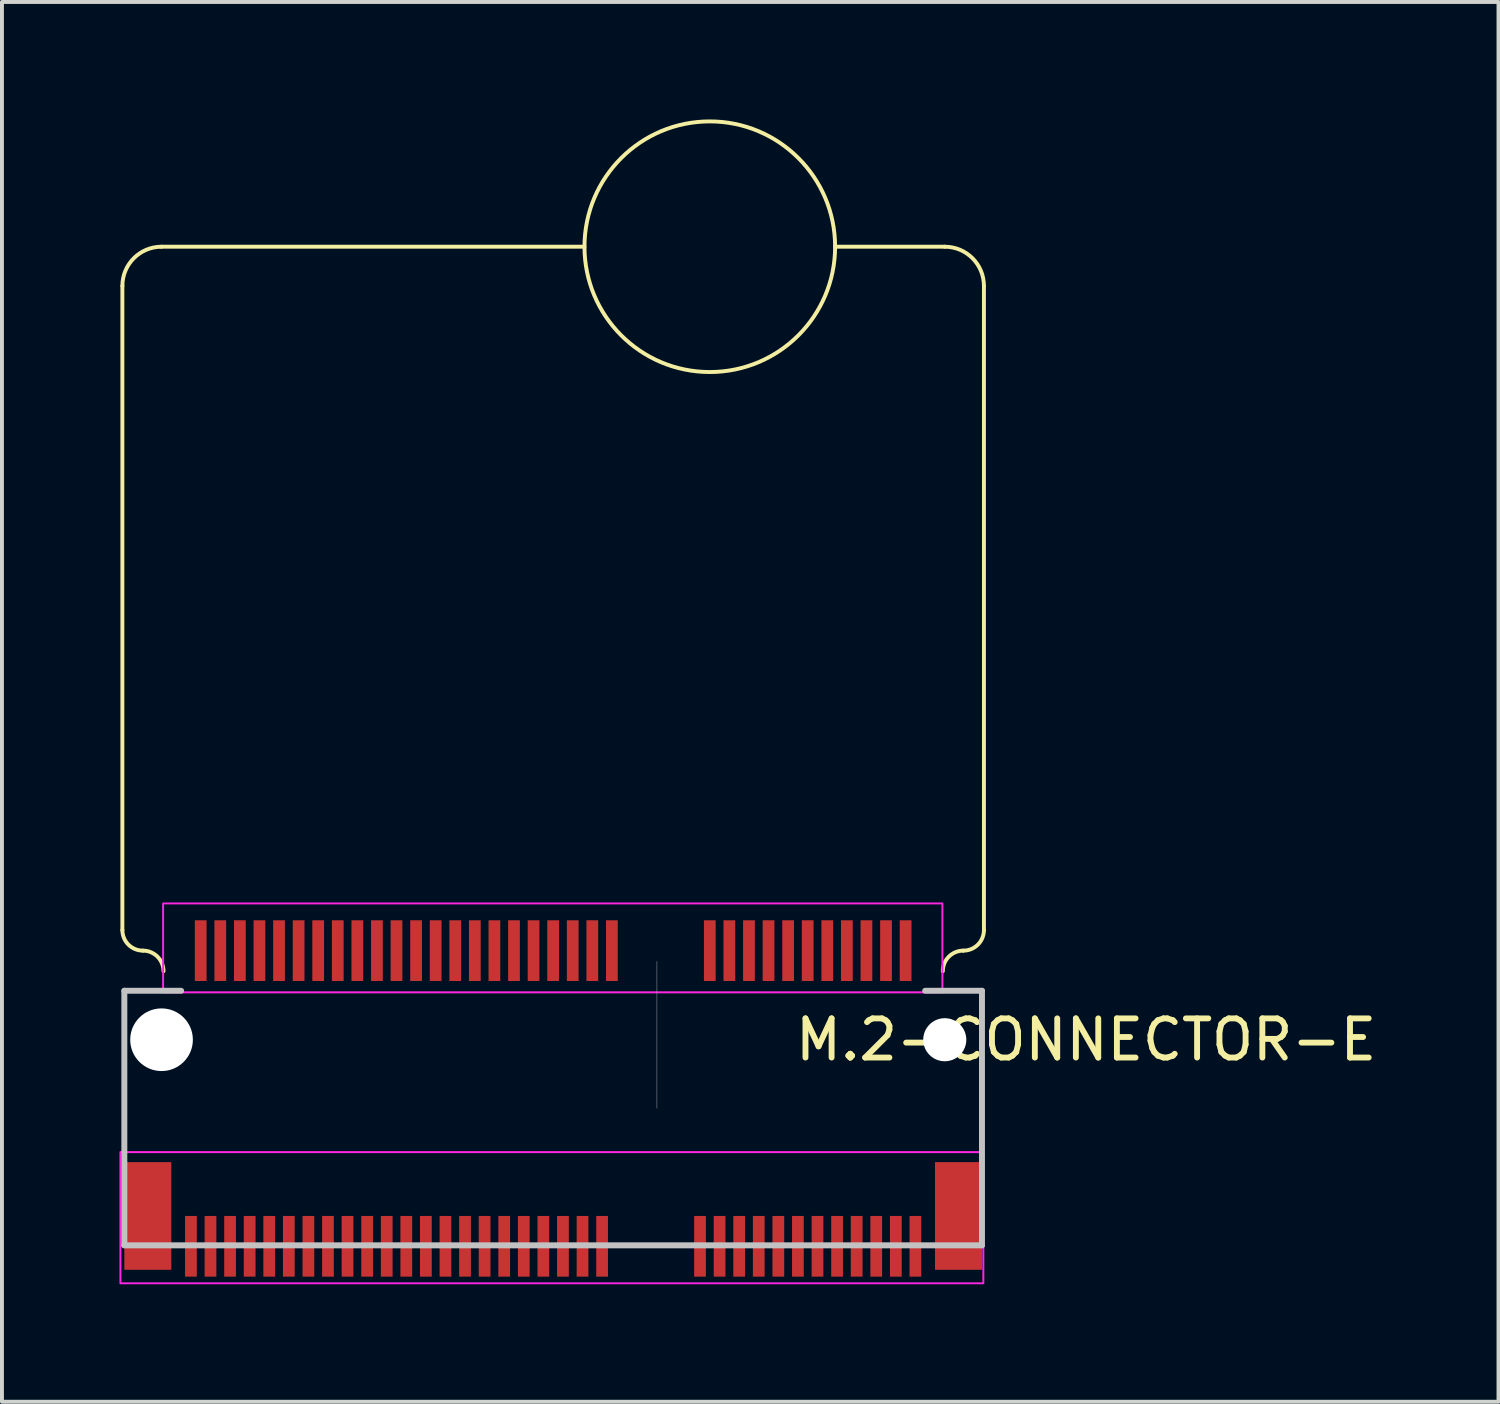
<source format=kicad_pcb>
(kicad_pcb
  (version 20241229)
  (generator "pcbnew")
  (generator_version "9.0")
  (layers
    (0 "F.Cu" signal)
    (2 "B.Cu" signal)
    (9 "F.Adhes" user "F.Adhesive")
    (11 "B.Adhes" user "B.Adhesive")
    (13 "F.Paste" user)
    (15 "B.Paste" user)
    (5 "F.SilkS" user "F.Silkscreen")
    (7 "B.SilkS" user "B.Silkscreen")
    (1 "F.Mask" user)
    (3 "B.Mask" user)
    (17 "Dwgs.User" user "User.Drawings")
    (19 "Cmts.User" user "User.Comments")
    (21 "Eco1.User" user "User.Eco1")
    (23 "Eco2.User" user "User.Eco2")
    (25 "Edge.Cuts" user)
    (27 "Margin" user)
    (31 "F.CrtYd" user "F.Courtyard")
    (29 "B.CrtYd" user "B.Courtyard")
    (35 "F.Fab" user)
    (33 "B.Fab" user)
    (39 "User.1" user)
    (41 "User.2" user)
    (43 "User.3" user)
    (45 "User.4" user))
  (footprint "M.2-CONNECTOR-E"
    (layer "F.Cu")
    (at 11.075 23.5)
    (property "Reference" "M.2-CONNECTOR-E" (at 13.61 0 0) (layer "F.SilkS") (effects (font (size 1 1) (thickness 0.15))))
    (attr smd)
    (fp_line (start -11 -19.25) (end -11 -2.8) (stroke (width 0.1) (type solid)) (layer "F.SilkS"))
    (fp_line (start 0.8 -20.25) (end -10 -20.25) (stroke (width 0.1) (type solid)) (layer "F.SilkS"))
    (fp_line (start 10 -20.25) (end 7.2 -20.25) (stroke (width 0.1) (type solid)) (layer "F.SilkS"))
    (fp_line (start 11 -19.25) (end 11 -2.8) (stroke (width 0.1) (type solid)) (layer "F.SilkS"))
    (fp_arc (start -11 -19.25) (mid -10.707105 -19.957105) (end -10 -20.25) (stroke (width 0.1) (type solid)) (layer "F.SilkS"))
    (fp_arc (start -10.475 -2.275) (mid -10.846231 -2.428769) (end -11 -2.8) (stroke (width 0.1) (type solid)) (layer "F.SilkS"))
    (fp_arc (start -10.475 -2.275) (mid -10.103769 -2.121231) (end -9.95 -1.75) (stroke (width 0.1) (type solid)) (layer "F.SilkS"))
    (fp_arc (start 9.95 -1.75) (mid 10.103769 -2.121231) (end 10.475 -2.275) (stroke (width 0.1) (type solid)) (layer "F.SilkS"))
    (fp_arc (start 10 -20.25) (mid 10.707106 -19.957107) (end 11 -19.25) (stroke (width 0.1) (type solid)) (layer "F.SilkS"))
    (fp_arc (start 11 -2.8) (mid 10.846232 -2.428768) (end 10.475 -2.275) (stroke (width 0.1) (type solid)) (layer "F.SilkS"))
    (fp_circle (center 4 -20.25) (end 7.2 -20.25) (stroke (width 0.1) (type default)) (fill no) (layer "F.SilkS"))
    (fp_line (start -9.398 4.399) (end -9.098 4.399) (stroke (width 0.066) (type solid)) (layer "F.Paste"))
    (fp_line (start -9.398 6.149) (end -9.398 4.399) (stroke (width 0.066) (type solid)) (layer "F.Paste"))
    (fp_line (start -9.398 6.149) (end -9.098 6.149) (stroke (width 0.066) (type solid)) (layer "F.Paste"))
    (fp_line (start -9.149 -3.15) (end -8.849 -3.15) (stroke (width 0.066) (type solid)) (layer "F.Paste"))
    (fp_line (start -9.149 -1.4) (end -9.149 -3.15) (stroke (width 0.066) (type solid)) (layer "F.Paste"))
    (fp_line (start -9.149 -1.4) (end -8.849 -1.4) (stroke (width 0.066) (type solid)) (layer "F.Paste"))
    (fp_line (start -9.098 6.149) (end -9.098 4.399) (stroke (width 0.066) (type solid)) (layer "F.Paste"))
    (fp_line (start -8.898 4.399) (end -8.598 4.399) (stroke (width 0.066) (type solid)) (layer "F.Paste"))
    (fp_line (start -8.898 6.149) (end -8.898 4.399) (stroke (width 0.066) (type solid)) (layer "F.Paste"))
    (fp_line (start -8.898 6.149) (end -8.598 6.149) (stroke (width 0.066) (type solid)) (layer "F.Paste"))
    (fp_line (start -8.849 -1.4) (end -8.849 -3.15) (stroke (width 0.066) (type solid)) (layer "F.Paste"))
    (fp_line (start -8.649 -3.15) (end -8.349 -3.15) (stroke (width 0.066) (type solid)) (layer "F.Paste"))
    (fp_line (start -8.649 -1.4) (end -8.649 -3.15) (stroke (width 0.066) (type solid)) (layer "F.Paste"))
    (fp_line (start -8.649 -1.4) (end -8.349 -1.4) (stroke (width 0.066) (type solid)) (layer "F.Paste"))
    (fp_line (start -8.598 6.149) (end -8.598 4.399) (stroke (width 0.066) (type solid)) (layer "F.Paste"))
    (fp_line (start -8.4 4.399) (end -8.098 4.399) (stroke (width 0.066) (type solid)) (layer "F.Paste"))
    (fp_line (start -8.4 6.149) (end -8.4 4.399) (stroke (width 0.066) (type solid)) (layer "F.Paste"))
    (fp_line (start -8.4 6.149) (end -8.098 6.149) (stroke (width 0.066) (type solid)) (layer "F.Paste"))
    (fp_line (start -8.349 -1.4) (end -8.349 -3.15) (stroke (width 0.066) (type solid)) (layer "F.Paste"))
    (fp_line (start -8.148 -3.15) (end -7.849 -3.15) (stroke (width 0.066) (type solid)) (layer "F.Paste"))
    (fp_line (start -8.148 -1.4) (end -8.148 -3.15) (stroke (width 0.066) (type solid)) (layer "F.Paste"))
    (fp_line (start -8.148 -1.4) (end -7.849 -1.4) (stroke (width 0.066) (type solid)) (layer "F.Paste"))
    (fp_line (start -8.098 6.149) (end -8.098 4.399) (stroke (width 0.066) (type solid)) (layer "F.Paste"))
    (fp_line (start -7.899 4.399) (end -7.6 4.399) (stroke (width 0.066) (type solid)) (layer "F.Paste"))
    (fp_line (start -7.899 6.149) (end -7.899 4.399) (stroke (width 0.066) (type solid)) (layer "F.Paste"))
    (fp_line (start -7.899 6.149) (end -7.6 6.149) (stroke (width 0.066) (type solid)) (layer "F.Paste"))
    (fp_line (start -7.849 -1.4) (end -7.849 -3.15) (stroke (width 0.066) (type solid)) (layer "F.Paste"))
    (fp_line (start -7.648 -3.15) (end -7.348 -3.15) (stroke (width 0.066) (type solid)) (layer "F.Paste"))
    (fp_line (start -7.648 -1.4) (end -7.648 -3.15) (stroke (width 0.066) (type solid)) (layer "F.Paste"))
    (fp_line (start -7.648 -1.4) (end -7.348 -1.4) (stroke (width 0.066) (type solid)) (layer "F.Paste"))
    (fp_line (start -7.6 6.149) (end -7.6 4.399) (stroke (width 0.066) (type solid)) (layer "F.Paste"))
    (fp_line (start -7.399 4.399) (end -7.099 4.399) (stroke (width 0.066) (type solid)) (layer "F.Paste"))
    (fp_line (start -7.399 6.149) (end -7.399 4.399) (stroke (width 0.066) (type solid)) (layer "F.Paste"))
    (fp_line (start -7.399 6.149) (end -7.099 6.149) (stroke (width 0.066) (type solid)) (layer "F.Paste"))
    (fp_line (start -7.348 -1.4) (end -7.348 -3.15) (stroke (width 0.066) (type solid)) (layer "F.Paste"))
    (fp_line (start -7.148 -3.15) (end -6.848 -3.15) (stroke (width 0.066) (type solid)) (layer "F.Paste"))
    (fp_line (start -7.148 -1.4) (end -7.148 -3.15) (stroke (width 0.066) (type solid)) (layer "F.Paste"))
    (fp_line (start -7.148 -1.4) (end -6.848 -1.4) (stroke (width 0.066) (type solid)) (layer "F.Paste"))
    (fp_line (start -7.099 6.149) (end -7.099 4.399) (stroke (width 0.066) (type solid)) (layer "F.Paste"))
    (fp_line (start -6.899 4.399) (end -6.599 4.399) (stroke (width 0.066) (type solid)) (layer "F.Paste"))
    (fp_line (start -6.899 6.149) (end -6.899 4.399) (stroke (width 0.066) (type solid)) (layer "F.Paste"))
    (fp_line (start -6.899 6.149) (end -6.599 6.149) (stroke (width 0.066) (type solid)) (layer "F.Paste"))
    (fp_line (start -6.848 -1.4) (end -6.848 -3.15) (stroke (width 0.066) (type solid)) (layer "F.Paste"))
    (fp_line (start -6.65 -3.15) (end -6.35 -3.15) (stroke (width 0.066) (type solid)) (layer "F.Paste"))
    (fp_line (start -6.65 -1.4) (end -6.65 -3.15) (stroke (width 0.066) (type solid)) (layer "F.Paste"))
    (fp_line (start -6.65 -1.4) (end -6.35 -1.4) (stroke (width 0.066) (type solid)) (layer "F.Paste"))
    (fp_line (start -6.599 6.149) (end -6.599 4.399) (stroke (width 0.066) (type solid)) (layer "F.Paste"))
    (fp_line (start -6.398 4.399) (end -6.099 4.399) (stroke (width 0.066) (type solid)) (layer "F.Paste"))
    (fp_line (start -6.398 6.149) (end -6.398 4.399) (stroke (width 0.066) (type solid)) (layer "F.Paste"))
    (fp_line (start -6.398 6.149) (end -6.099 6.149) (stroke (width 0.066) (type solid)) (layer "F.Paste"))
    (fp_line (start -6.35 -1.4) (end -6.35 -3.15) (stroke (width 0.066) (type solid)) (layer "F.Paste"))
    (fp_line (start -6.149 -3.15) (end -5.85 -3.15) (stroke (width 0.066) (type solid)) (layer "F.Paste"))
    (fp_line (start -6.149 -1.4) (end -6.149 -3.15) (stroke (width 0.066) (type solid)) (layer "F.Paste"))
    (fp_line (start -6.149 -1.4) (end -5.85 -1.4) (stroke (width 0.066) (type solid)) (layer "F.Paste"))
    (fp_line (start -6.099 6.149) (end -6.099 4.399) (stroke (width 0.066) (type solid)) (layer "F.Paste"))
    (fp_line (start -5.898 4.399) (end -5.598 4.399) (stroke (width 0.066) (type solid)) (layer "F.Paste"))
    (fp_line (start -5.898 6.149) (end -5.898 4.399) (stroke (width 0.066) (type solid)) (layer "F.Paste"))
    (fp_line (start -5.898 6.149) (end -5.598 6.149) (stroke (width 0.066) (type solid)) (layer "F.Paste"))
    (fp_line (start -5.85 -1.4) (end -5.85 -3.15) (stroke (width 0.066) (type solid)) (layer "F.Paste"))
    (fp_line (start -5.649 -3.15) (end -5.349 -3.15) (stroke (width 0.066) (type solid)) (layer "F.Paste"))
    (fp_line (start -5.649 -1.4) (end -5.649 -3.15) (stroke (width 0.066) (type solid)) (layer "F.Paste"))
    (fp_line (start -5.649 -1.4) (end -5.349 -1.4) (stroke (width 0.066) (type solid)) (layer "F.Paste"))
    (fp_line (start -5.598 6.149) (end -5.598 4.399) (stroke (width 0.066) (type solid)) (layer "F.Paste"))
    (fp_line (start -5.397 4.399) (end -5.098 4.399) (stroke (width 0.066) (type solid)) (layer "F.Paste"))
    (fp_line (start -5.397 6.149) (end -5.397 4.399) (stroke (width 0.066) (type solid)) (layer "F.Paste"))
    (fp_line (start -5.397 6.149) (end -5.098 6.149) (stroke (width 0.066) (type solid)) (layer "F.Paste"))
    (fp_line (start -5.349 -1.4) (end -5.349 -3.15) (stroke (width 0.066) (type solid)) (layer "F.Paste"))
    (fp_line (start -5.149 -3.15) (end -4.849 -3.15) (stroke (width 0.066) (type solid)) (layer "F.Paste"))
    (fp_line (start -5.149 -1.4) (end -5.149 -3.15) (stroke (width 0.066) (type solid)) (layer "F.Paste"))
    (fp_line (start -5.149 -1.4) (end -4.849 -1.4) (stroke (width 0.066) (type solid)) (layer "F.Paste"))
    (fp_line (start -5.098 6.149) (end -5.098 4.399) (stroke (width 0.066) (type solid)) (layer "F.Paste"))
    (fp_line (start -4.9 4.399) (end -4.6 4.399) (stroke (width 0.066) (type solid)) (layer "F.Paste"))
    (fp_line (start -4.9 6.149) (end -4.9 4.399) (stroke (width 0.066) (type solid)) (layer "F.Paste"))
    (fp_line (start -4.9 6.149) (end -4.6 6.149) (stroke (width 0.066) (type solid)) (layer "F.Paste"))
    (fp_line (start -4.849 -1.4) (end -4.849 -3.15) (stroke (width 0.066) (type solid)) (layer "F.Paste"))
    (fp_line (start -4.648 -3.15) (end -4.348 -3.15) (stroke (width 0.066) (type solid)) (layer "F.Paste"))
    (fp_line (start -4.648 -1.4) (end -4.648 -3.15) (stroke (width 0.066) (type solid)) (layer "F.Paste"))
    (fp_line (start -4.648 -1.4) (end -4.348 -1.4) (stroke (width 0.066) (type solid)) (layer "F.Paste"))
    (fp_line (start -4.6 6.149) (end -4.6 4.399) (stroke (width 0.066) (type solid)) (layer "F.Paste"))
    (fp_line (start -4.399 4.399) (end -4.1 4.399) (stroke (width 0.066) (type solid)) (layer "F.Paste"))
    (fp_line (start -4.399 6.149) (end -4.399 4.399) (stroke (width 0.066) (type solid)) (layer "F.Paste"))
    (fp_line (start -4.399 6.149) (end -4.1 6.149) (stroke (width 0.066) (type solid)) (layer "F.Paste"))
    (fp_line (start -4.348 -1.4) (end -4.348 -3.15) (stroke (width 0.066) (type solid)) (layer "F.Paste"))
    (fp_line (start -4.148 -3.15) (end -3.848 -3.15) (stroke (width 0.066) (type solid)) (layer "F.Paste"))
    (fp_line (start -4.148 -1.4) (end -4.148 -3.15) (stroke (width 0.066) (type solid)) (layer "F.Paste"))
    (fp_line (start -4.148 -1.4) (end -3.848 -1.4) (stroke (width 0.066) (type solid)) (layer "F.Paste"))
    (fp_line (start -4.1 6.149) (end -4.1 4.399) (stroke (width 0.066) (type solid)) (layer "F.Paste"))
    (fp_line (start -3.899 4.399) (end -3.599 4.399) (stroke (width 0.066) (type solid)) (layer "F.Paste"))
    (fp_line (start -3.899 6.149) (end -3.899 4.399) (stroke (width 0.066) (type solid)) (layer "F.Paste"))
    (fp_line (start -3.899 6.149) (end -3.599 6.149) (stroke (width 0.066) (type solid)) (layer "F.Paste"))
    (fp_line (start -3.848 -1.4) (end -3.848 -3.15) (stroke (width 0.066) (type solid)) (layer "F.Paste"))
    (fp_line (start -3.65 -3.15) (end -3.348 -3.15) (stroke (width 0.066) (type solid)) (layer "F.Paste"))
    (fp_line (start -3.65 -1.4) (end -3.65 -3.15) (stroke (width 0.066) (type solid)) (layer "F.Paste"))
    (fp_line (start -3.65 -1.4) (end -3.348 -1.4) (stroke (width 0.066) (type solid)) (layer "F.Paste"))
    (fp_line (start -3.599 6.149) (end -3.599 4.399) (stroke (width 0.066) (type solid)) (layer "F.Paste"))
    (fp_line (start -3.399 4.399) (end -3.099 4.399) (stroke (width 0.066) (type solid)) (layer "F.Paste"))
    (fp_line (start -3.399 6.149) (end -3.399 4.399) (stroke (width 0.066) (type solid)) (layer "F.Paste"))
    (fp_line (start -3.399 6.149) (end -3.099 6.149) (stroke (width 0.066) (type solid)) (layer "F.Paste"))
    (fp_line (start -3.348 -1.4) (end -3.348 -3.15) (stroke (width 0.066) (type solid)) (layer "F.Paste"))
    (fp_line (start -3.15 -3.15) (end -2.85 -3.15) (stroke (width 0.066) (type solid)) (layer "F.Paste"))
    (fp_line (start -3.15 -1.4) (end -3.15 -3.15) (stroke (width 0.066) (type solid)) (layer "F.Paste"))
    (fp_line (start -3.15 -1.4) (end -2.85 -1.4) (stroke (width 0.066) (type solid)) (layer "F.Paste"))
    (fp_line (start -3.099 6.149) (end -3.099 4.399) (stroke (width 0.066) (type solid)) (layer "F.Paste"))
    (fp_line (start -2.898 4.399) (end -2.598 4.399) (stroke (width 0.066) (type solid)) (layer "F.Paste"))
    (fp_line (start -2.898 6.149) (end -2.898 4.399) (stroke (width 0.066) (type solid)) (layer "F.Paste"))
    (fp_line (start -2.898 6.149) (end -2.598 6.149) (stroke (width 0.066) (type solid)) (layer "F.Paste"))
    (fp_line (start -2.85 -1.4) (end -2.85 -3.15) (stroke (width 0.066) (type solid)) (layer "F.Paste"))
    (fp_line (start -2.649 -3.15) (end -2.349 -3.15) (stroke (width 0.066) (type solid)) (layer "F.Paste"))
    (fp_line (start -2.649 -1.4) (end -2.649 -3.15) (stroke (width 0.066) (type solid)) (layer "F.Paste"))
    (fp_line (start -2.649 -1.4) (end -2.349 -1.4) (stroke (width 0.066) (type solid)) (layer "F.Paste"))
    (fp_line (start -2.598 6.149) (end -2.598 4.399) (stroke (width 0.066) (type solid)) (layer "F.Paste"))
    (fp_line (start -2.398 4.399) (end -2.098 4.399) (stroke (width 0.066) (type solid)) (layer "F.Paste"))
    (fp_line (start -2.398 6.149) (end -2.398 4.399) (stroke (width 0.066) (type solid)) (layer "F.Paste"))
    (fp_line (start -2.398 6.149) (end -2.098 6.149) (stroke (width 0.066) (type solid)) (layer "F.Paste"))
    (fp_line (start -2.349 -1.4) (end -2.349 -3.15) (stroke (width 0.066) (type solid)) (layer "F.Paste"))
    (fp_line (start -2.149 -3.15) (end -1.849 -3.15) (stroke (width 0.066) (type solid)) (layer "F.Paste"))
    (fp_line (start -2.149 -1.4) (end -2.149 -3.15) (stroke (width 0.066) (type solid)) (layer "F.Paste"))
    (fp_line (start -2.149 -1.4) (end -1.849 -1.4) (stroke (width 0.066) (type solid)) (layer "F.Paste"))
    (fp_line (start -2.098 6.149) (end -2.098 4.399) (stroke (width 0.066) (type solid)) (layer "F.Paste"))
    (fp_line (start -1.9 4.399) (end -1.598 4.399) (stroke (width 0.066) (type solid)) (layer "F.Paste"))
    (fp_line (start -1.9 6.149) (end -1.9 4.399) (stroke (width 0.066) (type solid)) (layer "F.Paste"))
    (fp_line (start -1.9 6.149) (end -1.598 6.149) (stroke (width 0.066) (type solid)) (layer "F.Paste"))
    (fp_line (start -1.849 -1.4) (end -1.849 -3.15) (stroke (width 0.066) (type solid)) (layer "F.Paste"))
    (fp_line (start -1.648 -3.15) (end -1.349 -3.15) (stroke (width 0.066) (type solid)) (layer "F.Paste"))
    (fp_line (start -1.648 -1.4) (end -1.648 -3.15) (stroke (width 0.066) (type solid)) (layer "F.Paste"))
    (fp_line (start -1.648 -1.4) (end -1.349 -1.4) (stroke (width 0.066) (type solid)) (layer "F.Paste"))
    (fp_line (start -1.598 6.149) (end -1.598 4.399) (stroke (width 0.066) (type solid)) (layer "F.Paste"))
    (fp_line (start -1.4 4.399) (end -1.1 4.399) (stroke (width 0.066) (type solid)) (layer "F.Paste"))
    (fp_line (start -1.4 6.149) (end -1.4 4.399) (stroke (width 0.066) (type solid)) (layer "F.Paste"))
    (fp_line (start -1.4 6.149) (end -1.1 6.149) (stroke (width 0.066) (type solid)) (layer "F.Paste"))
    (fp_line (start -1.349 -1.4) (end -1.349 -3.15) (stroke (width 0.066) (type solid)) (layer "F.Paste"))
    (fp_line (start -1.148 -3.15) (end -0.848 -3.15) (stroke (width 0.066) (type solid)) (layer "F.Paste"))
    (fp_line (start -1.148 -1.4) (end -1.148 -3.15) (stroke (width 0.066) (type solid)) (layer "F.Paste"))
    (fp_line (start -1.148 -1.4) (end -0.848 -1.4) (stroke (width 0.066) (type solid)) (layer "F.Paste"))
    (fp_line (start -1.1 6.149) (end -1.1 4.399) (stroke (width 0.066) (type solid)) (layer "F.Paste"))
    (fp_line (start -0.899 4.399) (end -0.599 4.399) (stroke (width 0.066) (type solid)) (layer "F.Paste"))
    (fp_line (start -0.899 6.149) (end -0.899 4.399) (stroke (width 0.066) (type solid)) (layer "F.Paste"))
    (fp_line (start -0.899 6.149) (end -0.599 6.149) (stroke (width 0.066) (type solid)) (layer "F.Paste"))
    (fp_line (start -0.848 -1.4) (end -0.848 -3.15) (stroke (width 0.066) (type solid)) (layer "F.Paste"))
    (fp_line (start -0.648 -3.15) (end -0.348 -3.15) (stroke (width 0.066) (type solid)) (layer "F.Paste"))
    (fp_line (start -0.648 -1.4) (end -0.648 -3.15) (stroke (width 0.066) (type solid)) (layer "F.Paste"))
    (fp_line (start -0.648 -1.4) (end -0.348 -1.4) (stroke (width 0.066) (type solid)) (layer "F.Paste"))
    (fp_line (start -0.599 6.149) (end -0.599 4.399) (stroke (width 0.066) (type solid)) (layer "F.Paste"))
    (fp_line (start -0.399 4.399) (end -0.099 4.399) (stroke (width 0.066) (type solid)) (layer "F.Paste"))
    (fp_line (start -0.399 6.149) (end -0.399 4.399) (stroke (width 0.066) (type solid)) (layer "F.Paste"))
    (fp_line (start -0.399 6.149) (end -0.099 6.149) (stroke (width 0.066) (type solid)) (layer "F.Paste"))
    (fp_line (start -0.348 -1.4) (end -0.348 -3.15) (stroke (width 0.066) (type solid)) (layer "F.Paste"))
    (fp_line (start -0.15 -3.15) (end 0.15 -3.15) (stroke (width 0.066) (type solid)) (layer "F.Paste"))
    (fp_line (start -0.15 -1.4) (end -0.15 -3.15) (stroke (width 0.066) (type solid)) (layer "F.Paste"))
    (fp_line (start -0.15 -1.4) (end 0.15 -1.4) (stroke (width 0.066) (type solid)) (layer "F.Paste"))
    (fp_line (start -0.099 6.149) (end -0.099 4.399) (stroke (width 0.066) (type solid)) (layer "F.Paste"))
    (fp_line (start 0.099 4.399) (end 0.399 4.399) (stroke (width 0.066) (type solid)) (layer "F.Paste"))
    (fp_line (start 0.099 6.149) (end 0.099 4.399) (stroke (width 0.066) (type solid)) (layer "F.Paste"))
    (fp_line (start 0.099 6.149) (end 0.399 6.149) (stroke (width 0.066) (type solid)) (layer "F.Paste"))
    (fp_line (start 0.15 -1.4) (end 0.15 -3.15) (stroke (width 0.066) (type solid)) (layer "F.Paste"))
    (fp_line (start 0.348 -3.15) (end 0.648 -3.15) (stroke (width 0.066) (type solid)) (layer "F.Paste"))
    (fp_line (start 0.348 -1.4) (end 0.348 -3.15) (stroke (width 0.066) (type solid)) (layer "F.Paste"))
    (fp_line (start 0.348 -1.4) (end 0.648 -1.4) (stroke (width 0.066) (type solid)) (layer "F.Paste"))
    (fp_line (start 0.399 6.149) (end 0.399 4.399) (stroke (width 0.066) (type solid)) (layer "F.Paste"))
    (fp_line (start 0.599 4.399) (end 0.899 4.399) (stroke (width 0.066) (type solid)) (layer "F.Paste"))
    (fp_line (start 0.599 6.149) (end 0.599 4.399) (stroke (width 0.066) (type solid)) (layer "F.Paste"))
    (fp_line (start 0.599 6.149) (end 0.899 6.149) (stroke (width 0.066) (type solid)) (layer "F.Paste"))
    (fp_line (start 0.648 -1.4) (end 0.648 -3.15) (stroke (width 0.066) (type solid)) (layer "F.Paste"))
    (fp_line (start 0.848 -3.15) (end 1.148 -3.15) (stroke (width 0.066) (type solid)) (layer "F.Paste"))
    (fp_line (start 0.848 -1.4) (end 0.848 -3.15) (stroke (width 0.066) (type solid)) (layer "F.Paste"))
    (fp_line (start 0.848 -1.4) (end 1.148 -1.4) (stroke (width 0.066) (type solid)) (layer "F.Paste"))
    (fp_line (start 0.899 6.149) (end 0.899 4.399) (stroke (width 0.066) (type solid)) (layer "F.Paste"))
    (fp_line (start 1.1 4.399) (end 1.4 4.399) (stroke (width 0.066) (type solid)) (layer "F.Paste"))
    (fp_line (start 1.1 6.149) (end 1.1 4.399) (stroke (width 0.066) (type solid)) (layer "F.Paste"))
    (fp_line (start 1.1 6.149) (end 1.4 6.149) (stroke (width 0.066) (type solid)) (layer "F.Paste"))
    (fp_line (start 1.148 -1.4) (end 1.148 -3.15) (stroke (width 0.066) (type solid)) (layer "F.Paste"))
    (fp_line (start 1.349 -3.15) (end 1.648 -3.15) (stroke (width 0.066) (type solid)) (layer "F.Paste"))
    (fp_line (start 1.349 -1.4) (end 1.349 -3.15) (stroke (width 0.066) (type solid)) (layer "F.Paste"))
    (fp_line (start 1.349 -1.4) (end 1.648 -1.4) (stroke (width 0.066) (type solid)) (layer "F.Paste"))
    (fp_line (start 1.4 6.149) (end 1.4 4.399) (stroke (width 0.066) (type solid)) (layer "F.Paste"))
    (fp_line (start 1.648 -1.4) (end 1.648 -3.15) (stroke (width 0.066) (type solid)) (layer "F.Paste"))
    (fp_line (start 3.599 4.399) (end 3.899 4.399) (stroke (width 0.066) (type solid)) (layer "F.Paste"))
    (fp_line (start 3.599 6.149) (end 3.599 4.399) (stroke (width 0.066) (type solid)) (layer "F.Paste"))
    (fp_line (start 3.599 6.149) (end 3.899 6.149) (stroke (width 0.066) (type solid)) (layer "F.Paste"))
    (fp_line (start 3.848 -3.15) (end 4.148 -3.15) (stroke (width 0.066) (type solid)) (layer "F.Paste"))
    (fp_line (start 3.848 -1.4) (end 3.848 -3.15) (stroke (width 0.066) (type solid)) (layer "F.Paste"))
    (fp_line (start 3.848 -1.4) (end 4.148 -1.4) (stroke (width 0.066) (type solid)) (layer "F.Paste"))
    (fp_line (start 3.899 6.149) (end 3.899 4.399) (stroke (width 0.066) (type solid)) (layer "F.Paste"))
    (fp_line (start 4.1 4.399) (end 4.399 4.399) (stroke (width 0.066) (type solid)) (layer "F.Paste"))
    (fp_line (start 4.1 6.149) (end 4.1 4.399) (stroke (width 0.066) (type solid)) (layer "F.Paste"))
    (fp_line (start 4.1 6.149) (end 4.399 6.149) (stroke (width 0.066) (type solid)) (layer "F.Paste"))
    (fp_line (start 4.148 -1.4) (end 4.148 -3.15) (stroke (width 0.066) (type solid)) (layer "F.Paste"))
    (fp_line (start 4.348 -3.15) (end 4.648 -3.15) (stroke (width 0.066) (type solid)) (layer "F.Paste"))
    (fp_line (start 4.348 -1.4) (end 4.348 -3.15) (stroke (width 0.066) (type solid)) (layer "F.Paste"))
    (fp_line (start 4.348 -1.4) (end 4.648 -1.4) (stroke (width 0.066) (type solid)) (layer "F.Paste"))
    (fp_line (start 4.399 6.149) (end 4.399 4.399) (stroke (width 0.066) (type solid)) (layer "F.Paste"))
    (fp_line (start 4.6 4.399) (end 4.9 4.399) (stroke (width 0.066) (type solid)) (layer "F.Paste"))
    (fp_line (start 4.6 6.149) (end 4.6 4.399) (stroke (width 0.066) (type solid)) (layer "F.Paste"))
    (fp_line (start 4.6 6.149) (end 4.9 6.149) (stroke (width 0.066) (type solid)) (layer "F.Paste"))
    (fp_line (start 4.648 -1.4) (end 4.648 -3.15) (stroke (width 0.066) (type solid)) (layer "F.Paste"))
    (fp_line (start 4.849 -3.15) (end 5.149 -3.15) (stroke (width 0.066) (type solid)) (layer "F.Paste"))
    (fp_line (start 4.849 -1.4) (end 4.849 -3.15) (stroke (width 0.066) (type solid)) (layer "F.Paste"))
    (fp_line (start 4.849 -1.4) (end 5.149 -1.4) (stroke (width 0.066) (type solid)) (layer "F.Paste"))
    (fp_line (start 4.9 6.149) (end 4.9 4.399) (stroke (width 0.066) (type solid)) (layer "F.Paste"))
    (fp_line (start 5.098 4.399) (end 5.397 4.399) (stroke (width 0.066) (type solid)) (layer "F.Paste"))
    (fp_line (start 5.098 6.149) (end 5.098 4.399) (stroke (width 0.066) (type solid)) (layer "F.Paste"))
    (fp_line (start 5.098 6.149) (end 5.397 6.149) (stroke (width 0.066) (type solid)) (layer "F.Paste"))
    (fp_line (start 5.149 -1.4) (end 5.149 -3.15) (stroke (width 0.066) (type solid)) (layer "F.Paste"))
    (fp_line (start 5.349 -3.15) (end 5.649 -3.15) (stroke (width 0.066) (type solid)) (layer "F.Paste"))
    (fp_line (start 5.349 -1.4) (end 5.349 -3.15) (stroke (width 0.066) (type solid)) (layer "F.Paste"))
    (fp_line (start 5.349 -1.4) (end 5.649 -1.4) (stroke (width 0.066) (type solid)) (layer "F.Paste"))
    (fp_line (start 5.397 6.149) (end 5.397 4.399) (stroke (width 0.066) (type solid)) (layer "F.Paste"))
    (fp_line (start 5.598 4.399) (end 5.898 4.399) (stroke (width 0.066) (type solid)) (layer "F.Paste"))
    (fp_line (start 5.598 6.149) (end 5.598 4.399) (stroke (width 0.066) (type solid)) (layer "F.Paste"))
    (fp_line (start 5.598 6.149) (end 5.898 6.149) (stroke (width 0.066) (type solid)) (layer "F.Paste"))
    (fp_line (start 5.649 -1.4) (end 5.649 -3.15) (stroke (width 0.066) (type solid)) (layer "F.Paste"))
    (fp_line (start 5.85 -3.15) (end 6.149 -3.15) (stroke (width 0.066) (type solid)) (layer "F.Paste"))
    (fp_line (start 5.85 -1.4) (end 5.85 -3.15) (stroke (width 0.066) (type solid)) (layer "F.Paste"))
    (fp_line (start 5.85 -1.4) (end 6.149 -1.4) (stroke (width 0.066) (type solid)) (layer "F.Paste"))
    (fp_line (start 5.898 6.149) (end 5.898 4.399) (stroke (width 0.066) (type solid)) (layer "F.Paste"))
    (fp_line (start 6.099 4.399) (end 6.398 4.399) (stroke (width 0.066) (type solid)) (layer "F.Paste"))
    (fp_line (start 6.099 6.149) (end 6.099 4.399) (stroke (width 0.066) (type solid)) (layer "F.Paste"))
    (fp_line (start 6.099 6.149) (end 6.398 6.149) (stroke (width 0.066) (type solid)) (layer "F.Paste"))
    (fp_line (start 6.149 -1.4) (end 6.149 -3.15) (stroke (width 0.066) (type solid)) (layer "F.Paste"))
    (fp_line (start 6.35 -3.15) (end 6.65 -3.15) (stroke (width 0.066) (type solid)) (layer "F.Paste"))
    (fp_line (start 6.35 -1.4) (end 6.35 -3.15) (stroke (width 0.066) (type solid)) (layer "F.Paste"))
    (fp_line (start 6.35 -1.4) (end 6.65 -1.4) (stroke (width 0.066) (type solid)) (layer "F.Paste"))
    (fp_line (start 6.398 6.149) (end 6.398 4.399) (stroke (width 0.066) (type solid)) (layer "F.Paste"))
    (fp_line (start 6.599 4.399) (end 6.899 4.399) (stroke (width 0.066) (type solid)) (layer "F.Paste"))
    (fp_line (start 6.599 6.149) (end 6.599 4.399) (stroke (width 0.066) (type solid)) (layer "F.Paste"))
    (fp_line (start 6.599 6.149) (end 6.899 6.149) (stroke (width 0.066) (type solid)) (layer "F.Paste"))
    (fp_line (start 6.65 -1.4) (end 6.65 -3.15) (stroke (width 0.066) (type solid)) (layer "F.Paste"))
    (fp_line (start 6.848 -3.15) (end 7.148 -3.15) (stroke (width 0.066) (type solid)) (layer "F.Paste"))
    (fp_line (start 6.848 -1.4) (end 6.848 -3.15) (stroke (width 0.066) (type solid)) (layer "F.Paste"))
    (fp_line (start 6.848 -1.4) (end 7.148 -1.4) (stroke (width 0.066) (type solid)) (layer "F.Paste"))
    (fp_line (start 6.899 6.149) (end 6.899 4.399) (stroke (width 0.066) (type solid)) (layer "F.Paste"))
    (fp_line (start 7.099 4.399) (end 7.399 4.399) (stroke (width 0.066) (type solid)) (layer "F.Paste"))
    (fp_line (start 7.099 6.149) (end 7.099 4.399) (stroke (width 0.066) (type solid)) (layer "F.Paste"))
    (fp_line (start 7.099 6.149) (end 7.399 6.149) (stroke (width 0.066) (type solid)) (layer "F.Paste"))
    (fp_line (start 7.148 -1.4) (end 7.148 -3.15) (stroke (width 0.066) (type solid)) (layer "F.Paste"))
    (fp_line (start 7.348 -3.15) (end 7.648 -3.15) (stroke (width 0.066) (type solid)) (layer "F.Paste"))
    (fp_line (start 7.348 -1.4) (end 7.348 -3.15) (stroke (width 0.066) (type solid)) (layer "F.Paste"))
    (fp_line (start 7.348 -1.4) (end 7.648 -1.4) (stroke (width 0.066) (type solid)) (layer "F.Paste"))
    (fp_line (start 7.399 6.149) (end 7.399 4.399) (stroke (width 0.066) (type solid)) (layer "F.Paste"))
    (fp_line (start 7.6 4.399) (end 7.899 4.399) (stroke (width 0.066) (type solid)) (layer "F.Paste"))
    (fp_line (start 7.6 6.149) (end 7.6 4.399) (stroke (width 0.066) (type solid)) (layer "F.Paste"))
    (fp_line (start 7.6 6.149) (end 7.899 6.149) (stroke (width 0.066) (type solid)) (layer "F.Paste"))
    (fp_line (start 7.648 -1.4) (end 7.648 -3.15) (stroke (width 0.066) (type solid)) (layer "F.Paste"))
    (fp_line (start 7.849 -3.15) (end 8.148 -3.15) (stroke (width 0.066) (type solid)) (layer "F.Paste"))
    (fp_line (start 7.849 -1.4) (end 7.849 -3.15) (stroke (width 0.066) (type solid)) (layer "F.Paste"))
    (fp_line (start 7.849 -1.4) (end 8.148 -1.4) (stroke (width 0.066) (type solid)) (layer "F.Paste"))
    (fp_line (start 7.899 6.149) (end 7.899 4.399) (stroke (width 0.066) (type solid)) (layer "F.Paste"))
    (fp_line (start 8.098 4.399) (end 8.4 4.399) (stroke (width 0.066) (type solid)) (layer "F.Paste"))
    (fp_line (start 8.098 6.149) (end 8.098 4.399) (stroke (width 0.066) (type solid)) (layer "F.Paste"))
    (fp_line (start 8.098 6.149) (end 8.4 6.149) (stroke (width 0.066) (type solid)) (layer "F.Paste"))
    (fp_line (start 8.148 -1.4) (end 8.148 -3.15) (stroke (width 0.066) (type solid)) (layer "F.Paste"))
    (fp_line (start 8.349 -3.15) (end 8.649 -3.15) (stroke (width 0.066) (type solid)) (layer "F.Paste"))
    (fp_line (start 8.349 -1.4) (end 8.349 -3.15) (stroke (width 0.066) (type solid)) (layer "F.Paste"))
    (fp_line (start 8.349 -1.4) (end 8.649 -1.4) (stroke (width 0.066) (type solid)) (layer "F.Paste"))
    (fp_line (start 8.4 6.149) (end 8.4 4.399) (stroke (width 0.066) (type solid)) (layer "F.Paste"))
    (fp_line (start 8.598 4.399) (end 8.898 4.399) (stroke (width 0.066) (type solid)) (layer "F.Paste"))
    (fp_line (start 8.598 6.149) (end 8.598 4.399) (stroke (width 0.066) (type solid)) (layer "F.Paste"))
    (fp_line (start 8.598 6.149) (end 8.898 6.149) (stroke (width 0.066) (type solid)) (layer "F.Paste"))
    (fp_line (start 8.649 -1.4) (end 8.649 -3.15) (stroke (width 0.066) (type solid)) (layer "F.Paste"))
    (fp_line (start 8.849 -3.15) (end 9.149 -3.15) (stroke (width 0.066) (type solid)) (layer "F.Paste"))
    (fp_line (start 8.849 -1.4) (end 8.849 -3.15) (stroke (width 0.066) (type solid)) (layer "F.Paste"))
    (fp_line (start 8.849 -1.4) (end 9.149 -1.4) (stroke (width 0.066) (type solid)) (layer "F.Paste"))
    (fp_line (start 8.898 6.149) (end 8.898 4.399) (stroke (width 0.066) (type solid)) (layer "F.Paste"))
    (fp_line (start 9.098 4.399) (end 9.398 4.399) (stroke (width 0.066) (type solid)) (layer "F.Paste"))
    (fp_line (start 9.098 6.149) (end 9.098 4.399) (stroke (width 0.066) (type solid)) (layer "F.Paste"))
    (fp_line (start 9.098 6.149) (end 9.398 6.149) (stroke (width 0.066) (type solid)) (layer "F.Paste"))
    (fp_line (start 9.149 -1.4) (end 9.149 -3.15) (stroke (width 0.066) (type solid)) (layer "F.Paste"))
    (fp_line (start 9.398 6.149) (end 9.398 4.399) (stroke (width 0.066) (type solid)) (layer "F.Paste"))
    (fp_line (start -10.95 -1.25) (end -10.95 5.248) (stroke (width 0.152) (type solid)) (layer "Dwgs.User"))
    (fp_line (start -10.95 5.25) (end 10.95 5.25) (stroke (width 0.152) (type solid)) (layer "Dwgs.User"))
    (fp_line (start -9.5 -1.25) (end -10.95 -1.25) (stroke (width 0.152) (type solid)) (layer "Dwgs.User"))
    (fp_line (start 2.65 -2) (end 2.65 1.75) (stroke (width 0.01) (type default)) (layer "Dwgs.User"))
    (fp_line (start 10.95 -1.25) (end 9.5 -1.25) (stroke (width 0.152) (type solid)) (layer "Dwgs.User"))
    (fp_line (start 10.95 5.248) (end 10.95 -1.25) (stroke (width 0.152) (type solid)) (layer "Dwgs.User"))
    (fp_rect (start -11.05 2.87) (end 10.985 6.22) (stroke (width 0.05) (type default)) (fill no) (layer "F.CrtYd"))
    (fp_rect (start 9.94 -3.48) (end -9.96 -1.21) (stroke (width 0.05) (type default)) (fill no) (layer "F.CrtYd"))
    (pad "" np_thru_hole circle (at -10 0) (size 1.6 1.6) (drill 1.6) (layers "*.Cu" "*.Mask"))
    (pad "" np_thru_hole circle (at 10 0) (size 1.1 1.1) (drill 1.1) (layers "*.Cu" "*.Mask"))
    (pad "1" smd rect (at 9.25 5.275) (size 0.3 1.55) (layers "F.Cu" "F.Mask" "F.Paste"))
    (pad "2" smd rect (at 9 -2.275) (size 0.3 1.55) (layers "F.Cu" "F.Mask" "F.Paste"))
    (pad "3" smd rect (at 8.75 5.275) (size 0.3 1.55) (layers "F.Cu" "F.Mask" "F.Paste"))
    (pad "4" smd rect (at 8.5 -2.275) (size 0.3 1.55) (layers "F.Cu" "F.Mask" "F.Paste"))
    (pad "5" smd rect (at 8.25 5.275) (size 0.3 1.55) (layers "F.Cu" "F.Mask" "F.Paste"))
    (pad "6" smd rect (at 8 -2.275) (size 0.3 1.55) (layers "F.Cu" "F.Mask" "F.Paste"))
    (pad "7" smd rect (at 7.75 5.275) (size 0.3 1.55) (layers "F.Cu" "F.Mask" "F.Paste"))
    (pad "8" smd rect (at 7.5 -2.275) (size 0.3 1.55) (layers "F.Cu" "F.Mask" "F.Paste"))
    (pad "9" smd rect (at 7.25 5.275) (size 0.3 1.55) (layers "F.Cu" "F.Mask" "F.Paste"))
    (pad "10" smd rect (at 7 -2.275) (size 0.3 1.55) (layers "F.Cu" "F.Mask" "F.Paste"))
    (pad "11" smd rect (at 6.75 5.275) (size 0.3 1.55) (layers "F.Cu" "F.Mask" "F.Paste"))
    (pad "12" smd rect (at 6.5 -2.275) (size 0.3 1.55) (layers "F.Cu" "F.Mask" "F.Paste"))
    (pad "13" smd rect (at 6.25 5.275) (size 0.3 1.55) (layers "F.Cu" "F.Mask" "F.Paste"))
    (pad "14" smd rect (at 6 -2.275) (size 0.3 1.55) (layers "F.Cu" "F.Mask" "F.Paste"))
    (pad "15" smd rect (at 5.75 5.275) (size 0.3 1.55) (layers "F.Cu" "F.Mask" "F.Paste"))
    (pad "16" smd rect (at 5.5 -2.275) (size 0.3 1.55) (layers "F.Cu" "F.Mask" "F.Paste"))
    (pad "17" smd rect (at 5.25 5.275) (size 0.3 1.55) (layers "F.Cu" "F.Mask" "F.Paste"))
    (pad "18" smd rect (at 5 -2.275) (size 0.3 1.55) (layers "F.Cu" "F.Mask" "F.Paste"))
    (pad "19" smd rect (at 4.75 5.275) (size 0.3 1.55) (layers "F.Cu" "F.Mask" "F.Paste"))
    (pad "20" smd rect (at 4.5 -2.275) (size 0.3 1.55) (layers "F.Cu" "F.Mask" "F.Paste"))
    (pad "21" smd rect (at 4.25 5.275) (size 0.3 1.55) (layers "F.Cu" "F.Mask" "F.Paste"))
    (pad "22" smd rect (at 4 -2.275) (size 0.3 1.55) (layers "F.Cu" "F.Mask" "F.Paste"))
    (pad "23" smd rect (at 3.75 5.275) (size 0.3 1.55) (layers "F.Cu" "F.Mask" "F.Paste"))
    (pad "32" smd rect (at 1.5 -2.275) (size 0.3 1.55) (layers "F.Cu" "F.Mask" "F.Paste"))
    (pad "33" smd rect (at 1.25 5.275) (size 0.3 1.55) (layers "F.Cu" "F.Mask" "F.Paste"))
    (pad "34" smd rect (at 1 -2.275) (size 0.3 1.55) (layers "F.Cu" "F.Mask" "F.Paste"))
    (pad "35" smd rect (at 0.75 5.275) (size 0.3 1.55) (layers "F.Cu" "F.Mask" "F.Paste"))
    (pad "36" smd rect (at 0.5 -2.275) (size 0.3 1.55) (layers "F.Cu" "F.Mask" "F.Paste"))
    (pad "37" smd rect (at 0.25 5.275) (size 0.3 1.55) (layers "F.Cu" "F.Mask" "F.Paste"))
    (pad "38" smd rect (at 0 -2.275) (size 0.3 1.55) (layers "F.Cu" "F.Mask" "F.Paste"))
    (pad "39" smd rect (at -0.25 5.275) (size 0.3 1.55) (layers "F.Cu" "F.Mask" "F.Paste"))
    (pad "40" smd rect (at -0.5 -2.275) (size 0.3 1.55) (layers "F.Cu" "F.Mask" "F.Paste"))
    (pad "41" smd rect (at -0.75 5.275) (size 0.3 1.55) (layers "F.Cu" "F.Mask" "F.Paste"))
    (pad "42" smd rect (at -1 -2.275) (size 0.3 1.55) (layers "F.Cu" "F.Mask" "F.Paste"))
    (pad "43" smd rect (at -1.25 5.275) (size 0.3 1.55) (layers "F.Cu" "F.Mask" "F.Paste"))
    (pad "44" smd rect (at -1.5 -2.275) (size 0.3 1.55) (layers "F.Cu" "F.Mask" "F.Paste"))
    (pad "45" smd rect (at -1.75 5.275) (size 0.3 1.55) (layers "F.Cu" "F.Mask" "F.Paste"))
    (pad "46" smd rect (at -2 -2.275) (size 0.3 1.55) (layers "F.Cu" "F.Mask" "F.Paste"))
    (pad "47" smd rect (at -2.25 5.275) (size 0.3 1.55) (layers "F.Cu" "F.Mask" "F.Paste"))
    (pad "48" smd rect (at -2.5 -2.275) (size 0.3 1.55) (layers "F.Cu" "F.Mask" "F.Paste"))
    (pad "49" smd rect (at -2.75 5.275) (size 0.3 1.55) (layers "F.Cu" "F.Mask" "F.Paste"))
    (pad "50" smd rect (at -3 -2.275) (size 0.3 1.55) (layers "F.Cu" "F.Mask" "F.Paste"))
    (pad "51" smd rect (at -3.25 5.275) (size 0.3 1.55) (layers "F.Cu" "F.Mask" "F.Paste"))
    (pad "52" smd rect (at -3.5 -2.275) (size 0.3 1.55) (layers "F.Cu" "F.Mask" "F.Paste"))
    (pad "53" smd rect (at -3.75 5.275) (size 0.3 1.55) (layers "F.Cu" "F.Mask" "F.Paste"))
    (pad "54" smd rect (at -4 -2.275) (size 0.3 1.55) (layers "F.Cu" "F.Mask" "F.Paste"))
    (pad "55" smd rect (at -4.25 5.275) (size 0.3 1.55) (layers "F.Cu" "F.Mask" "F.Paste"))
    (pad "56" smd rect (at -4.5 -2.275) (size 0.3 1.55) (layers "F.Cu" "F.Mask" "F.Paste"))
    (pad "57" smd rect (at -4.75 5.275) (size 0.3 1.55) (layers "F.Cu" "F.Mask" "F.Paste"))
    (pad "58" smd rect (at -5 -2.275) (size 0.3 1.55) (layers "F.Cu" "F.Mask" "F.Paste"))
    (pad "59" smd rect (at -5.25 5.275) (size 0.3 1.55) (layers "F.Cu" "F.Mask" "F.Paste"))
    (pad "60" smd rect (at -5.5 -2.275) (size 0.3 1.55) (layers "F.Cu" "F.Mask" "F.Paste"))
    (pad "61" smd rect (at -5.75 5.275) (size 0.3 1.55) (layers "F.Cu" "F.Mask" "F.Paste"))
    (pad "62" smd rect (at -6 -2.275) (size 0.3 1.55) (layers "F.Cu" "F.Mask" "F.Paste"))
    (pad "63" smd rect (at -6.25 5.275) (size 0.3 1.55) (layers "F.Cu" "F.Mask" "F.Paste"))
    (pad "64" smd rect (at -6.5 -2.275) (size 0.3 1.55) (layers "F.Cu" "F.Mask" "F.Paste"))
    (pad "65" smd rect (at -6.75 5.275) (size 0.3 1.55) (layers "F.Cu" "F.Mask" "F.Paste"))
    (pad "66" smd rect (at -7 -2.275) (size 0.3 1.55) (layers "F.Cu" "F.Mask" "F.Paste"))
    (pad "67" smd rect (at -7.25 5.275) (size 0.3 1.55) (layers "F.Cu" "F.Mask" "F.Paste"))
    (pad "68" smd rect (at -7.5 -2.275) (size 0.3 1.55) (layers "F.Cu" "F.Mask" "F.Paste"))
    (pad "69" smd rect (at -7.75 5.275) (size 0.3 1.55) (layers "F.Cu" "F.Mask" "F.Paste"))
    (pad "70" smd rect (at -8 -2.275) (size 0.3 1.55) (layers "F.Cu" "F.Mask" "F.Paste"))
    (pad "71" smd rect (at -8.25 5.275) (size 0.3 1.55) (layers "F.Cu" "F.Mask" "F.Paste"))
    (pad "72" smd rect (at -8.5 -2.275) (size 0.3 1.55) (layers "F.Cu" "F.Mask" "F.Paste"))
    (pad "73" smd rect (at -8.75 5.275) (size 0.3 1.55) (layers "F.Cu" "F.Mask" "F.Paste"))
    (pad "74" smd rect (at -9 -2.275) (size 0.3 1.55) (layers "F.Cu" "F.Mask" "F.Paste"))
    (pad "75" smd rect (at -9.25 5.275) (size 0.3 1.55) (layers "F.Cu" "F.Mask" "F.Paste"))
    (pad "A1" smd rect (at 10.35 4.5) (size 1.2 2.75) (layers "F.Cu" "F.Mask" "F.Paste"))
    (pad "A2" smd rect (at -10.35 4.5) (size 1.2 2.75) (layers "F.Cu" "F.Mask" "F.Paste")))
  (gr_rect
    (start -3 -3)
    (end 35.215 32.745)
    (stroke (width 0.1) (type default))
    (fill no)
    (layer "Edge.Cuts")))
</source>
